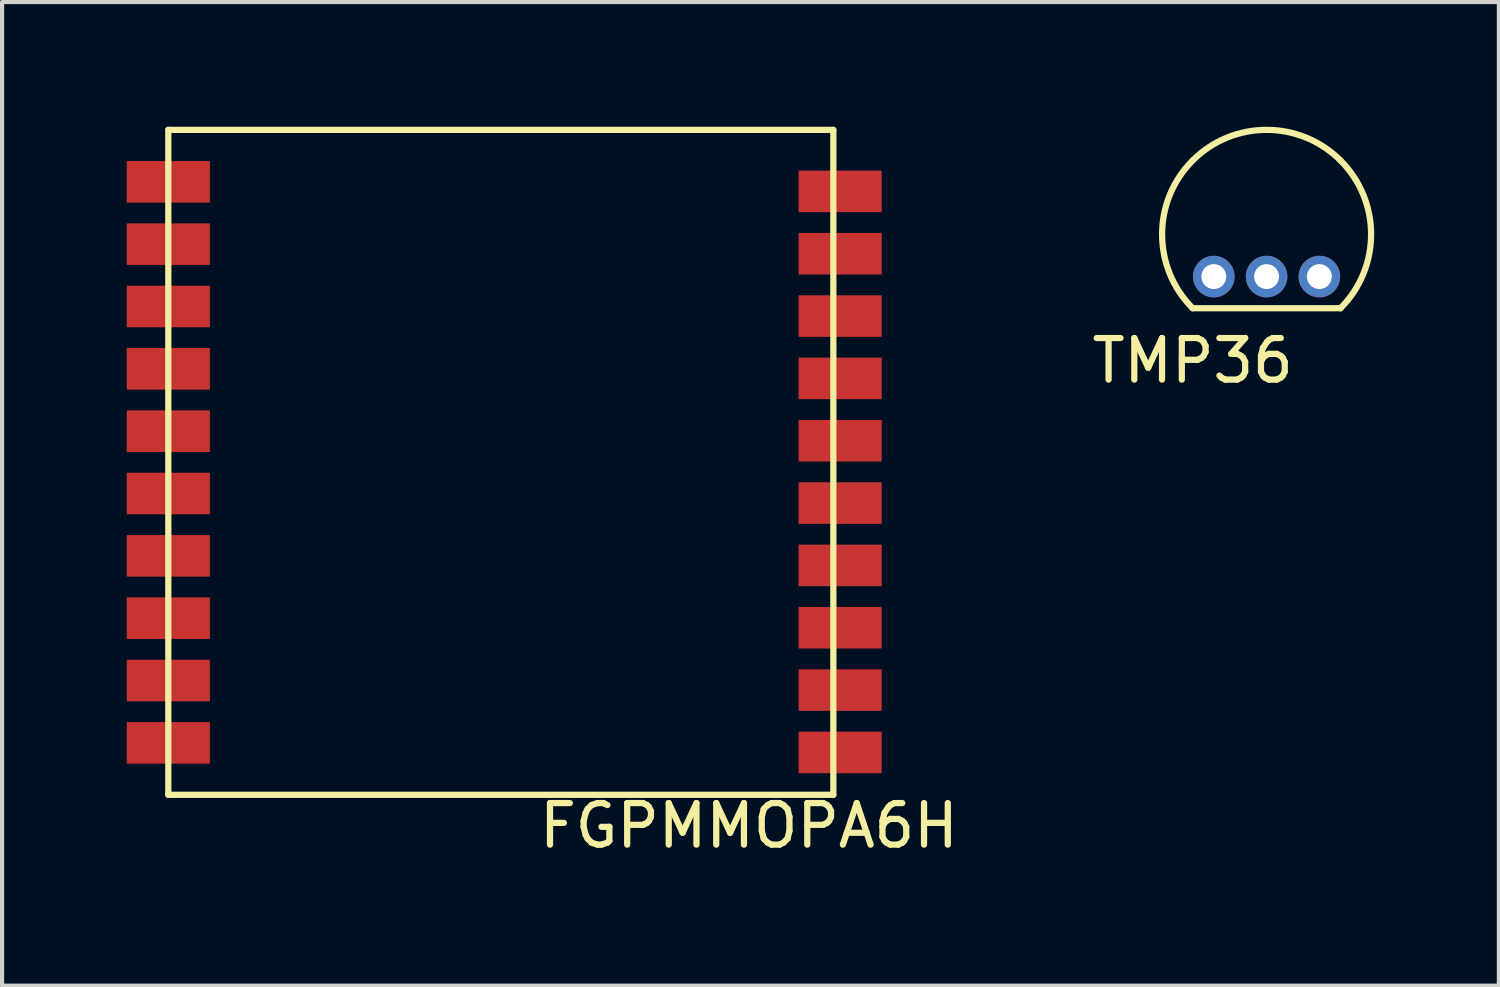
<source format=kicad_pcb>
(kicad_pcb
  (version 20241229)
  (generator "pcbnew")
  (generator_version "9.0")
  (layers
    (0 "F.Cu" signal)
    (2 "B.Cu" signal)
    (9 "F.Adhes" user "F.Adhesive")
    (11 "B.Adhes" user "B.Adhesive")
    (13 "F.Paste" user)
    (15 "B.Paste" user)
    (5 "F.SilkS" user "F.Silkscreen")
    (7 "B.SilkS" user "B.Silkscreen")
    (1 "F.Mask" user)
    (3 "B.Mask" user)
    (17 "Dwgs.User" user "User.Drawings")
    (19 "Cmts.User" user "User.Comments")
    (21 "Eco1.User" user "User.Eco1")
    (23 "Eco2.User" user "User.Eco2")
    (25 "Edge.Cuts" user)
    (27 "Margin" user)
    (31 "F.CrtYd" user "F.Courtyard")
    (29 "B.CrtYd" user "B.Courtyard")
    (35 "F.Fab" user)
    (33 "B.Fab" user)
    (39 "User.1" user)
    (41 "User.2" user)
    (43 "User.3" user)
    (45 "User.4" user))
  (footprint "FGPMMOPA6H"
    (layer "F.Cu")
    (at 1 1.325)
    (property "Reference" "FGPMMOPA6H" (at 13.97 15.494 0) (layer "F.SilkS") (effects (font (size 1 1) (thickness 0.15))))
    (attr through_hole)
    (fp_line (start 0 -1.25) (end 16 -1.25) (stroke (width 0.15) (type solid)) (layer "F.SilkS"))
    (fp_line (start 0 14.75) (end 0 -1.25) (stroke (width 0.15) (type solid)) (layer "F.SilkS"))
    (fp_line (start 0 14.75) (end 16 14.75) (stroke (width 0.15) (type solid)) (layer "F.SilkS"))
    (fp_line (start 16.002 14.75) (end 16.002 -1.25) (stroke (width 0.15) (type solid)) (layer "F.SilkS"))
    (pad "1" smd rect (at 0 0 90) (size 1 2) (layers "F.Cu" "F.Mask" "F.Paste"))
    (pad "2" smd rect (at 0 1.5 90) (size 1 2) (layers "F.Cu" "F.Mask" "F.Paste"))
    (pad "3" smd rect (at 0 3 90) (size 1 2) (layers "F.Cu" "F.Mask" "F.Paste"))
    (pad "4" smd rect (at 0 4.5 90) (size 1 2) (layers "F.Cu" "F.Mask" "F.Paste"))
    (pad "5" smd rect (at 0 6 90) (size 1 2) (layers "F.Cu" "F.Mask" "F.Paste"))
    (pad "6" smd rect (at 0 7.5 90) (size 1 2) (layers "F.Cu" "F.Mask" "F.Paste"))
    (pad "7" smd rect (at 0 9 90) (size 1 2) (layers "F.Cu" "F.Mask" "F.Paste"))
    (pad "8" smd rect (at 0 10.5 90) (size 1 2) (layers "F.Cu" "F.Mask" "F.Paste"))
    (pad "9" smd rect (at 0 12 90) (size 1 2) (layers "F.Cu" "F.Mask" "F.Paste"))
    (pad "10" smd rect (at 0 13.5 90) (size 1 2) (layers "F.Cu" "F.Mask" "F.Paste"))
    (pad "11" smd rect (at 16.166 13.73 270) (size 1 2) (layers "F.Cu" "F.Mask" "F.Paste"))
    (pad "12" smd rect (at 16.166 12.23 270) (size 1 2) (layers "F.Cu" "F.Mask" "F.Paste"))
    (pad "13" smd rect (at 16.166 10.73 270) (size 1 2) (layers "F.Cu" "F.Mask" "F.Paste"))
    (pad "14" smd rect (at 16.166 9.23 270) (size 1 2) (layers "F.Cu" "F.Mask" "F.Paste"))
    (pad "15" smd rect (at 16.166 7.73 270) (size 1 2) (layers "F.Cu" "F.Mask" "F.Paste"))
    (pad "16" smd rect (at 16.166 6.23 270) (size 1 2) (layers "F.Cu" "F.Mask" "F.Paste"))
    (pad "17" smd rect (at 16.166 4.73 270) (size 1 2) (layers "F.Cu" "F.Mask" "F.Paste"))
    (pad "18" smd rect (at 16.166 3.23 270) (size 1 2) (layers "F.Cu" "F.Mask" "F.Paste"))
    (pad "19" smd rect (at 16.166 1.73 270) (size 1 2) (layers "F.Cu" "F.Mask" "F.Paste"))
    (pad "20" smd rect (at 16.166 0.23 270) (size 1 2) (layers "F.Cu" "F.Mask" "F.Paste")))
  (footprint "TMP36"
    (layer "F.Cu")
    (at 26.157 3.605)
    (property "Reference" "TMP36" (at -0.508 2.024 0) (layer "F.SilkS") (effects (font (size 1 1) (thickness 0.15))))
    (attr through_hole)
    (fp_line (start -0.508 0.762) (end 3.048 0.762) (stroke (width 0.15) (type solid)) (layer "F.SilkS"))
    (fp_arc (start -0.508 -2.794) (mid 1.27 -3.530472) (end 3.048 -2.794) (stroke (width 0.15) (type solid)) (layer "F.SilkS"))
    (fp_arc (start -0.508 0.762) (mid -1.244472 -1.016) (end -0.508 -2.794) (stroke (width 0.15) (type solid)) (layer "F.SilkS"))
    (fp_arc (start 3.048 -2.794) (mid 3.784472 -1.016) (end 3.048 0.762) (stroke (width 0.15) (type solid)) (layer "F.SilkS"))
    (pad "1" thru_hole circle (at 0 0) (size 1 1) (drill 0.6) (layers "*.Cu" "*.Mask"))
    (pad "2" thru_hole circle (at 1.27 0) (size 1 1) (drill 0.6) (layers "*.Cu" "*.Mask"))
    (pad "3" thru_hole circle (at 2.54 0) (size 1 1) (drill 0.6) (layers "*.Cu" "*.Mask")))
  (gr_rect
    (start -3 -3)
    (end 33.016 20.667)
    (stroke (width 0.1) (type default))
    (fill no)
    (layer "Edge.Cuts")))
</source>
